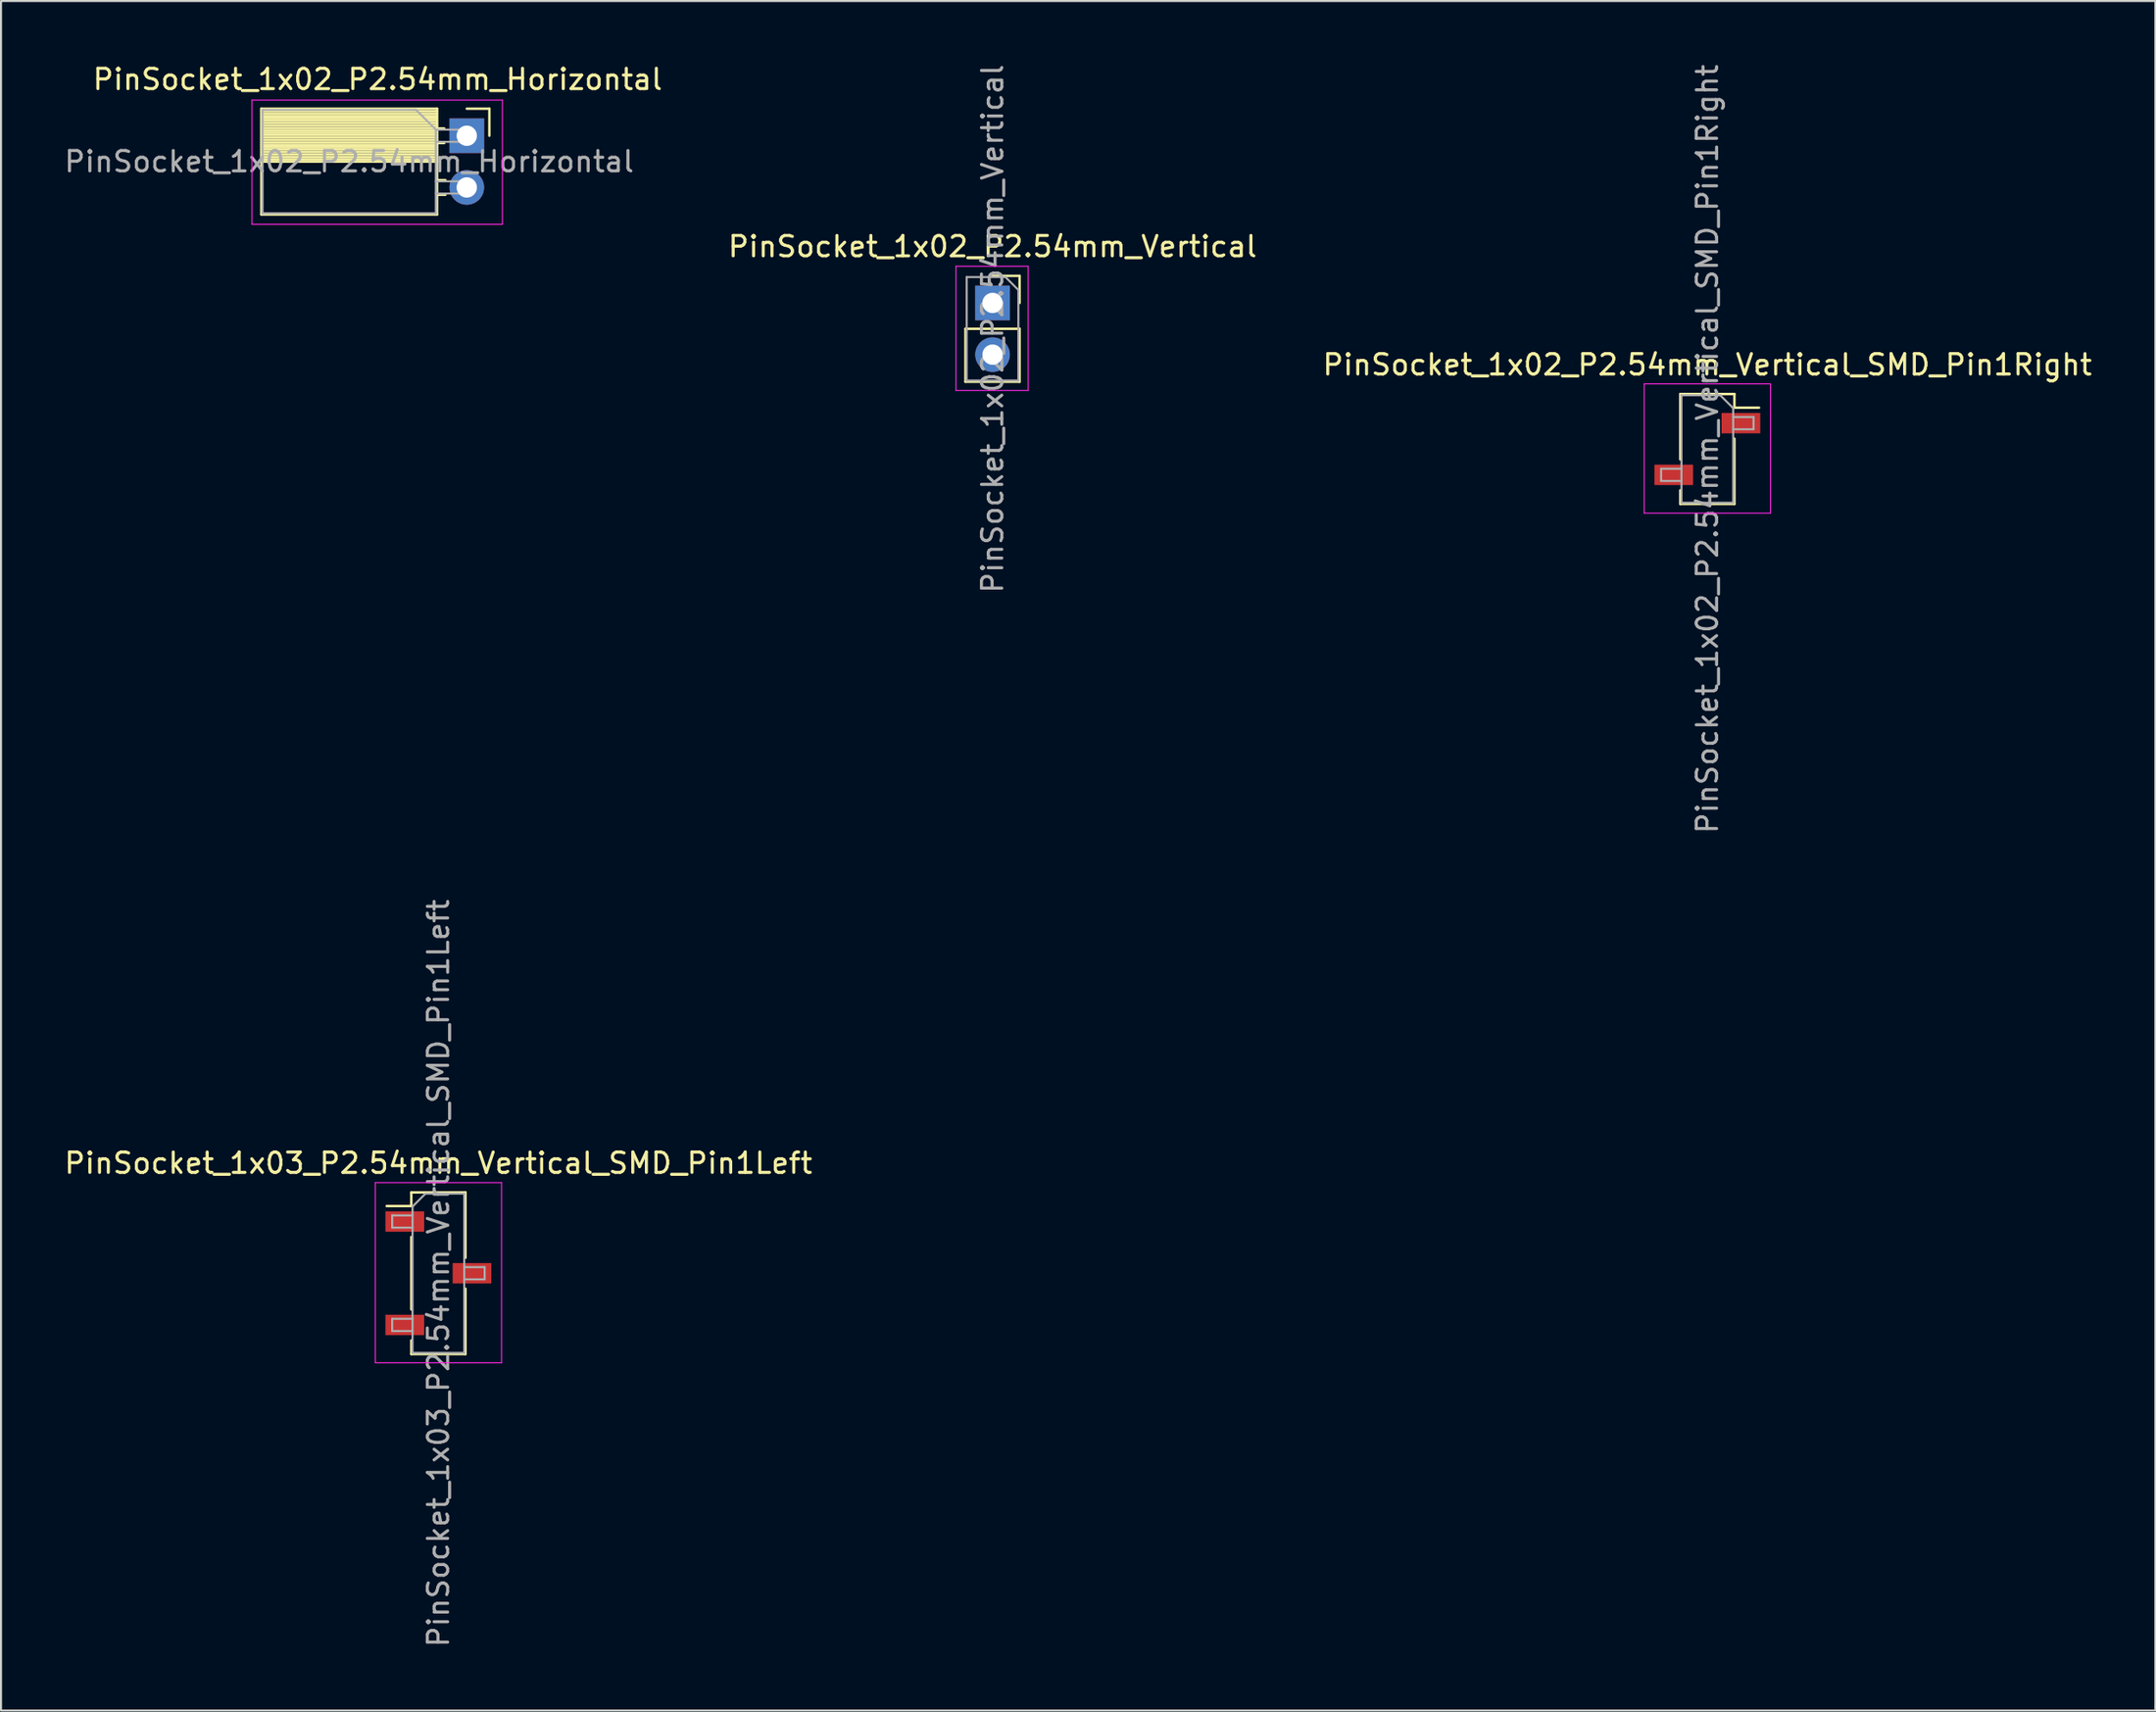
<source format=kicad_pcb>
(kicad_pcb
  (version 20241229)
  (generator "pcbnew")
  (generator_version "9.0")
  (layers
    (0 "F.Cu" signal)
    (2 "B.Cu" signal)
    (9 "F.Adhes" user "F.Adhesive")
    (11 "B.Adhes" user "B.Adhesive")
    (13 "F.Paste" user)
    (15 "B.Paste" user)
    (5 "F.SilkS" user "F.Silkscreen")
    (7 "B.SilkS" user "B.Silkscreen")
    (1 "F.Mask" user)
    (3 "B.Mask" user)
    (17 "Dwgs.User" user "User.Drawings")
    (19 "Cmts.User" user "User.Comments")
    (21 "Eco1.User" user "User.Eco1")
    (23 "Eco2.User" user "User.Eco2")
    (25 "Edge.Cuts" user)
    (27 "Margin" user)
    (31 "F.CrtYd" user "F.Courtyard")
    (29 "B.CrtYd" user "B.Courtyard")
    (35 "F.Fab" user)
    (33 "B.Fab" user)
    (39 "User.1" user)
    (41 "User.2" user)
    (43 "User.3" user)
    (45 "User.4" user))
  (footprint "PinSocket_1x02_P2.54mm_Horizontal"
    (layer "F.Cu")
    (at 19.876 3.618)
    (property "Reference" "PinSocket_1x02_P2.54mm_Horizontal" (at -4.38 -2.77 0) (layer "F.SilkS") (effects (font (size 1 1) (thickness 0.15))))
    (attr through_hole)
    (fp_line (start -10.09 -1.33) (end -10.09 3.87) (stroke (width 0.12) (type solid)) (layer "F.SilkS"))
    (fp_line (start -10.09 -1.33) (end -1.46 -1.33) (stroke (width 0.12) (type solid)) (layer "F.SilkS"))
    (fp_line (start -10.09 -1.21) (end -1.46 -1.21) (stroke (width 0.12) (type solid)) (layer "F.SilkS"))
    (fp_line (start -10.09 -1.092) (end -1.46 -1.092) (stroke (width 0.12) (type solid)) (layer "F.SilkS"))
    (fp_line (start -10.09 -0.974) (end -1.46 -0.974) (stroke (width 0.12) (type solid)) (layer "F.SilkS"))
    (fp_line (start -10.09 -0.856) (end -1.46 -0.856) (stroke (width 0.12) (type solid)) (layer "F.SilkS"))
    (fp_line (start -10.09 -0.738) (end -1.46 -0.738) (stroke (width 0.12) (type solid)) (layer "F.SilkS"))
    (fp_line (start -10.09 -0.62) (end -1.46 -0.62) (stroke (width 0.12) (type solid)) (layer "F.SilkS"))
    (fp_line (start -10.09 -0.501) (end -1.46 -0.501) (stroke (width 0.12) (type solid)) (layer "F.SilkS"))
    (fp_line (start -10.09 -0.383) (end -1.46 -0.383) (stroke (width 0.12) (type solid)) (layer "F.SilkS"))
    (fp_line (start -10.09 -0.265) (end -1.46 -0.265) (stroke (width 0.12) (type solid)) (layer "F.SilkS"))
    (fp_line (start -10.09 -0.147) (end -1.46 -0.147) (stroke (width 0.12) (type solid)) (layer "F.SilkS"))
    (fp_line (start -10.09 -0.029) (end -1.46 -0.029) (stroke (width 0.12) (type solid)) (layer "F.SilkS"))
    (fp_line (start -10.09 0.089) (end -1.46 0.089) (stroke (width 0.12) (type solid)) (layer "F.SilkS"))
    (fp_line (start -10.09 0.207) (end -1.46 0.207) (stroke (width 0.12) (type solid)) (layer "F.SilkS"))
    (fp_line (start -10.09 0.325) (end -1.46 0.325) (stroke (width 0.12) (type solid)) (layer "F.SilkS"))
    (fp_line (start -10.09 0.443) (end -1.46 0.443) (stroke (width 0.12) (type solid)) (layer "F.SilkS"))
    (fp_line (start -10.09 0.561) (end -1.46 0.561) (stroke (width 0.12) (type solid)) (layer "F.SilkS"))
    (fp_line (start -10.09 0.68) (end -1.46 0.68) (stroke (width 0.12) (type solid)) (layer "F.SilkS"))
    (fp_line (start -10.09 0.798) (end -1.46 0.798) (stroke (width 0.12) (type solid)) (layer "F.SilkS"))
    (fp_line (start -10.09 0.916) (end -1.46 0.916) (stroke (width 0.12) (type solid)) (layer "F.SilkS"))
    (fp_line (start -10.09 1.034) (end -1.46 1.034) (stroke (width 0.12) (type solid)) (layer "F.SilkS"))
    (fp_line (start -10.09 1.152) (end -1.46 1.152) (stroke (width 0.12) (type solid)) (layer "F.SilkS"))
    (fp_line (start -10.09 1.27) (end -1.46 1.27) (stroke (width 0.12) (type solid)) (layer "F.SilkS"))
    (fp_line (start -10.09 3.87) (end -1.46 3.87) (stroke (width 0.12) (type solid)) (layer "F.SilkS"))
    (fp_line (start -1.46 -1.33) (end -1.46 3.87) (stroke (width 0.12) (type solid)) (layer "F.SilkS"))
    (fp_line (start -1.46 -0.36) (end -1.11 -0.36) (stroke (width 0.12) (type solid)) (layer "F.SilkS"))
    (fp_line (start -1.46 0.36) (end -1.11 0.36) (stroke (width 0.12) (type solid)) (layer "F.SilkS"))
    (fp_line (start -1.46 2.18) (end -1.05 2.18) (stroke (width 0.12) (type solid)) (layer "F.SilkS"))
    (fp_line (start -1.46 2.9) (end -1.05 2.9) (stroke (width 0.12) (type solid)) (layer "F.SilkS"))
    (fp_line (start 0 -1.33) (end 1.11 -1.33) (stroke (width 0.12) (type solid)) (layer "F.SilkS"))
    (fp_line (start 1.11 -1.33) (end 1.11 0) (stroke (width 0.12) (type solid)) (layer "F.SilkS"))
    (fp_line (start -10.55 -1.75) (end -10.55 4.35) (stroke (width 0.05) (type solid)) (layer "F.CrtYd"))
    (fp_line (start -10.55 4.35) (end 1.75 4.35) (stroke (width 0.05) (type solid)) (layer "F.CrtYd"))
    (fp_line (start 1.75 -1.75) (end -10.55 -1.75) (stroke (width 0.05) (type solid)) (layer "F.CrtYd"))
    (fp_line (start 1.75 4.35) (end 1.75 -1.75) (stroke (width 0.05) (type solid)) (layer "F.CrtYd"))
    (fp_line (start -10.03 -1.27) (end -2.49 -1.27) (stroke (width 0.1) (type solid)) (layer "F.Fab"))
    (fp_line (start -10.03 3.81) (end -10.03 -1.27) (stroke (width 0.1) (type solid)) (layer "F.Fab"))
    (fp_line (start -2.49 -1.27) (end -1.52 -0.3) (stroke (width 0.1) (type solid)) (layer "F.Fab"))
    (fp_line (start -1.52 -0.3) (end -1.52 3.81) (stroke (width 0.1) (type solid)) (layer "F.Fab"))
    (fp_line (start -1.52 0.3) (end 0 0.3) (stroke (width 0.1) (type solid)) (layer "F.Fab"))
    (fp_line (start -1.52 2.84) (end 0 2.84) (stroke (width 0.1) (type solid)) (layer "F.Fab"))
    (fp_line (start -1.52 3.81) (end -10.03 3.81) (stroke (width 0.1) (type solid)) (layer "F.Fab"))
    (fp_line (start 0 -0.3) (end -1.52 -0.3) (stroke (width 0.1) (type solid)) (layer "F.Fab"))
    (fp_line (start 0 0.3) (end 0 -0.3) (stroke (width 0.1) (type solid)) (layer "F.Fab"))
    (fp_line (start 0 2.24) (end -1.52 2.24) (stroke (width 0.1) (type solid)) (layer "F.Fab"))
    (fp_line (start 0 2.84) (end 0 2.24) (stroke (width 0.1) (type solid)) (layer "F.Fab"))
    (fp_text user "${REFERENCE}" (at -5.775 1.27 0) (layer "F.Fab") (effects (font (size 1 1) (thickness 0.15))))
    (pad "1" thru_hole rect (at 0 0) (size 1.7 1.7) (drill 1) (layers "*.Cu" "*.Mask"))
    (pad "2" thru_hole circle (at 0 2.54) (size 1.7 1.7) (drill 1) (layers "*.Cu" "*.Mask")))
  (footprint "PinSocket_1x02_P2.54mm_Vertical"
    (layer "F.Cu")
    (at 45.699 11.831)
    (property "Reference" "PinSocket_1x02_P2.54mm_Vertical" (at 0 -2.77 0) (layer "F.SilkS") (effects (font (size 1 1) (thickness 0.15))))
    (attr through_hole)
    (fp_line (start -1.33 1.27) (end -1.33 3.87) (stroke (width 0.12) (type solid)) (layer "F.SilkS"))
    (fp_line (start -1.33 1.27) (end 1.33 1.27) (stroke (width 0.12) (type solid)) (layer "F.SilkS"))
    (fp_line (start -1.33 3.87) (end 1.33 3.87) (stroke (width 0.12) (type solid)) (layer "F.SilkS"))
    (fp_line (start 0 -1.33) (end 1.33 -1.33) (stroke (width 0.12) (type solid)) (layer "F.SilkS"))
    (fp_line (start 1.33 -1.33) (end 1.33 0) (stroke (width 0.12) (type solid)) (layer "F.SilkS"))
    (fp_line (start 1.33 1.27) (end 1.33 3.87) (stroke (width 0.12) (type solid)) (layer "F.SilkS"))
    (fp_line (start -1.8 -1.8) (end 1.75 -1.8) (stroke (width 0.05) (type solid)) (layer "F.CrtYd"))
    (fp_line (start -1.8 4.3) (end -1.8 -1.8) (stroke (width 0.05) (type solid)) (layer "F.CrtYd"))
    (fp_line (start 1.75 -1.8) (end 1.75 4.3) (stroke (width 0.05) (type solid)) (layer "F.CrtYd"))
    (fp_line (start 1.75 4.3) (end -1.8 4.3) (stroke (width 0.05) (type solid)) (layer "F.CrtYd"))
    (fp_line (start -1.27 -1.27) (end 0.635 -1.27) (stroke (width 0.1) (type solid)) (layer "F.Fab"))
    (fp_line (start -1.27 3.81) (end -1.27 -1.27) (stroke (width 0.1) (type solid)) (layer "F.Fab"))
    (fp_line (start 0.635 -1.27) (end 1.27 -0.635) (stroke (width 0.1) (type solid)) (layer "F.Fab"))
    (fp_line (start 1.27 -0.635) (end 1.27 3.81) (stroke (width 0.1) (type solid)) (layer "F.Fab"))
    (fp_line (start 1.27 3.81) (end -1.27 3.81) (stroke (width 0.1) (type solid)) (layer "F.Fab"))
    (fp_text user "${REFERENCE}" (at 0 1.27 90) (layer "F.Fab") (effects (font (size 1 1) (thickness 0.15))))
    (pad "1" thru_hole rect (at 0 0) (size 1.7 1.7) (drill 1) (layers "*.Cu" "*.Mask"))
    (pad "2" thru_hole circle (at 0 2.54) (size 1.7 1.7) (drill 1) (layers "*.Cu" "*.Mask")))
  (footprint "PinSocket_1x03_P2.54mm_Vertical_SMD_Pin1Left"
    (layer "F.Cu")
    (at 18.482 59.494)
    (property "Reference" "PinSocket_1x03_P2.54mm_Vertical_SMD_Pin1Left" (at 0 -5.41 0) (layer "F.SilkS") (effects (font (size 1 1) (thickness 0.15))))
    (attr smd)
    (fp_line (start -2.54 -3.3) (end -1.33 -3.3) (stroke (width 0.12) (type solid)) (layer "F.SilkS"))
    (fp_line (start -1.33 -3.97) (end -1.33 -3.3) (stroke (width 0.12) (type solid)) (layer "F.SilkS"))
    (fp_line (start -1.33 -3.97) (end 1.33 -3.97) (stroke (width 0.12) (type solid)) (layer "F.SilkS"))
    (fp_line (start -1.33 -1.78) (end -1.33 1.78) (stroke (width 0.12) (type solid)) (layer "F.SilkS"))
    (fp_line (start -1.33 3.3) (end -1.33 3.97) (stroke (width 0.12) (type solid)) (layer "F.SilkS"))
    (fp_line (start -1.33 3.97) (end 1.33 3.97) (stroke (width 0.12) (type solid)) (layer "F.SilkS"))
    (fp_line (start 1.33 -3.97) (end 1.33 -0.76) (stroke (width 0.12) (type solid)) (layer "F.SilkS"))
    (fp_line (start 1.33 0.76) (end 1.33 3.97) (stroke (width 0.12) (type solid)) (layer "F.SilkS"))
    (fp_line (start -3.1 -4.45) (end 3.1 -4.45) (stroke (width 0.05) (type solid)) (layer "F.CrtYd"))
    (fp_line (start -3.1 4.4) (end -3.1 -4.45) (stroke (width 0.05) (type solid)) (layer "F.CrtYd"))
    (fp_line (start 3.1 -4.45) (end 3.1 4.4) (stroke (width 0.05) (type solid)) (layer "F.CrtYd"))
    (fp_line (start 3.1 4.4) (end -3.1 4.4) (stroke (width 0.05) (type solid)) (layer "F.CrtYd"))
    (fp_line (start -2.27 -2.84) (end -1.27 -2.84) (stroke (width 0.1) (type solid)) (layer "F.Fab"))
    (fp_line (start -2.27 -2.24) (end -2.27 -2.84) (stroke (width 0.1) (type solid)) (layer "F.Fab"))
    (fp_line (start -2.27 2.24) (end -1.27 2.24) (stroke (width 0.1) (type solid)) (layer "F.Fab"))
    (fp_line (start -2.27 2.84) (end -2.27 2.24) (stroke (width 0.1) (type solid)) (layer "F.Fab"))
    (fp_line (start -1.27 -3.275) (end -0.635 -3.91) (stroke (width 0.1) (type solid)) (layer "F.Fab"))
    (fp_line (start -1.27 -2.24) (end -2.27 -2.24) (stroke (width 0.1) (type solid)) (layer "F.Fab"))
    (fp_line (start -1.27 2.84) (end -2.27 2.84) (stroke (width 0.1) (type solid)) (layer "F.Fab"))
    (fp_line (start -1.27 3.91) (end -1.27 -3.275) (stroke (width 0.1) (type solid)) (layer "F.Fab"))
    (fp_line (start -0.635 -3.91) (end 1.27 -3.91) (stroke (width 0.1) (type solid)) (layer "F.Fab"))
    (fp_line (start 1.27 -3.91) (end 1.27 3.91) (stroke (width 0.1) (type solid)) (layer "F.Fab"))
    (fp_line (start 1.27 -0.3) (end 2.27 -0.3) (stroke (width 0.1) (type solid)) (layer "F.Fab"))
    (fp_line (start 1.27 3.91) (end -1.27 3.91) (stroke (width 0.1) (type solid)) (layer "F.Fab"))
    (fp_line (start 2.27 -0.3) (end 2.27 0.3) (stroke (width 0.1) (type solid)) (layer "F.Fab"))
    (fp_line (start 2.27 0.3) (end 1.27 0.3) (stroke (width 0.1) (type solid)) (layer "F.Fab"))
    (fp_text user "${REFERENCE}" (at 0 0 90) (layer "F.Fab") (effects (font (size 1 1) (thickness 0.15))))
    (pad "1" smd rect (at -1.65 -2.54) (size 1.9 1) (layers "F.Cu" "F.Mask" "F.Paste"))
    (pad "2" smd rect (at 1.65 0) (size 1.9 1) (layers "F.Cu" "F.Mask" "F.Paste"))
    (pad "3" smd rect (at -1.65 2.54) (size 1.9 1) (layers "F.Cu" "F.Mask" "F.Paste")))
  (footprint "PinSocket_1x02_P2.54mm_Vertical_SMD_Pin1Right"
    (layer "F.Cu")
    (at 80.806 19.006)
    (property "Reference" "PinSocket_1x02_P2.54mm_Vertical_SMD_Pin1Right" (at 0 -4.14 0) (layer "F.SilkS") (effects (font (size 1 1) (thickness 0.15))))
    (attr smd)
    (fp_line (start -1.33 -2.7) (end -1.33 0.51) (stroke (width 0.12) (type solid)) (layer "F.SilkS"))
    (fp_line (start -1.33 -2.7) (end 1.33 -2.7) (stroke (width 0.12) (type solid)) (layer "F.SilkS"))
    (fp_line (start -1.33 2.03) (end -1.33 2.7) (stroke (width 0.12) (type solid)) (layer "F.SilkS"))
    (fp_line (start -1.33 2.7) (end 1.33 2.7) (stroke (width 0.12) (type solid)) (layer "F.SilkS"))
    (fp_line (start 1.33 -2.7) (end 1.33 -2.03) (stroke (width 0.12) (type solid)) (layer "F.SilkS"))
    (fp_line (start 1.33 -2.03) (end 2.54 -2.03) (stroke (width 0.12) (type solid)) (layer "F.SilkS"))
    (fp_line (start 1.33 -0.51) (end 1.33 2.7) (stroke (width 0.12) (type solid)) (layer "F.SilkS"))
    (fp_line (start -3.1 -3.2) (end 3.1 -3.2) (stroke (width 0.05) (type solid)) (layer "F.CrtYd"))
    (fp_line (start -3.1 3.15) (end -3.1 -3.2) (stroke (width 0.05) (type solid)) (layer "F.CrtYd"))
    (fp_line (start 3.1 -3.2) (end 3.1 3.15) (stroke (width 0.05) (type solid)) (layer "F.CrtYd"))
    (fp_line (start 3.1 3.15) (end -3.1 3.15) (stroke (width 0.05) (type solid)) (layer "F.CrtYd"))
    (fp_line (start -2.27 0.97) (end -1.27 0.97) (stroke (width 0.1) (type solid)) (layer "F.Fab"))
    (fp_line (start -2.27 1.57) (end -2.27 0.97) (stroke (width 0.1) (type solid)) (layer "F.Fab"))
    (fp_line (start -1.27 -2.64) (end 0.635 -2.64) (stroke (width 0.1) (type solid)) (layer "F.Fab"))
    (fp_line (start -1.27 1.57) (end -2.27 1.57) (stroke (width 0.1) (type solid)) (layer "F.Fab"))
    (fp_line (start -1.27 2.64) (end -1.27 -2.64) (stroke (width 0.1) (type solid)) (layer "F.Fab"))
    (fp_line (start 0.635 -2.64) (end 1.27 -2.005) (stroke (width 0.1) (type solid)) (layer "F.Fab"))
    (fp_line (start 1.27 -2.005) (end 1.27 2.64) (stroke (width 0.1) (type solid)) (layer "F.Fab"))
    (fp_line (start 1.27 -1.57) (end 2.27 -1.57) (stroke (width 0.1) (type solid)) (layer "F.Fab"))
    (fp_line (start 1.27 2.64) (end -1.27 2.64) (stroke (width 0.1) (type solid)) (layer "F.Fab"))
    (fp_line (start 2.27 -1.57) (end 2.27 -0.97) (stroke (width 0.1) (type solid)) (layer "F.Fab"))
    (fp_line (start 2.27 -0.97) (end 1.27 -0.97) (stroke (width 0.1) (type solid)) (layer "F.Fab"))
    (fp_text user "${REFERENCE}" (at 0 0 90) (layer "F.Fab") (effects (font (size 1 1) (thickness 0.15))))
    (pad "1" smd rect (at 1.65 -1.27) (size 1.9 1) (layers "F.Cu" "F.Mask" "F.Paste"))
    (pad "2" smd rect (at -1.65 1.27) (size 1.9 1) (layers "F.Cu" "F.Mask" "F.Paste")))
  (gr_rect
    (start -3 -3)
    (end 102.812 80.976)
    (stroke (width 0.1) (type default))
    (fill no)
    (layer "Edge.Cuts")))
</source>
